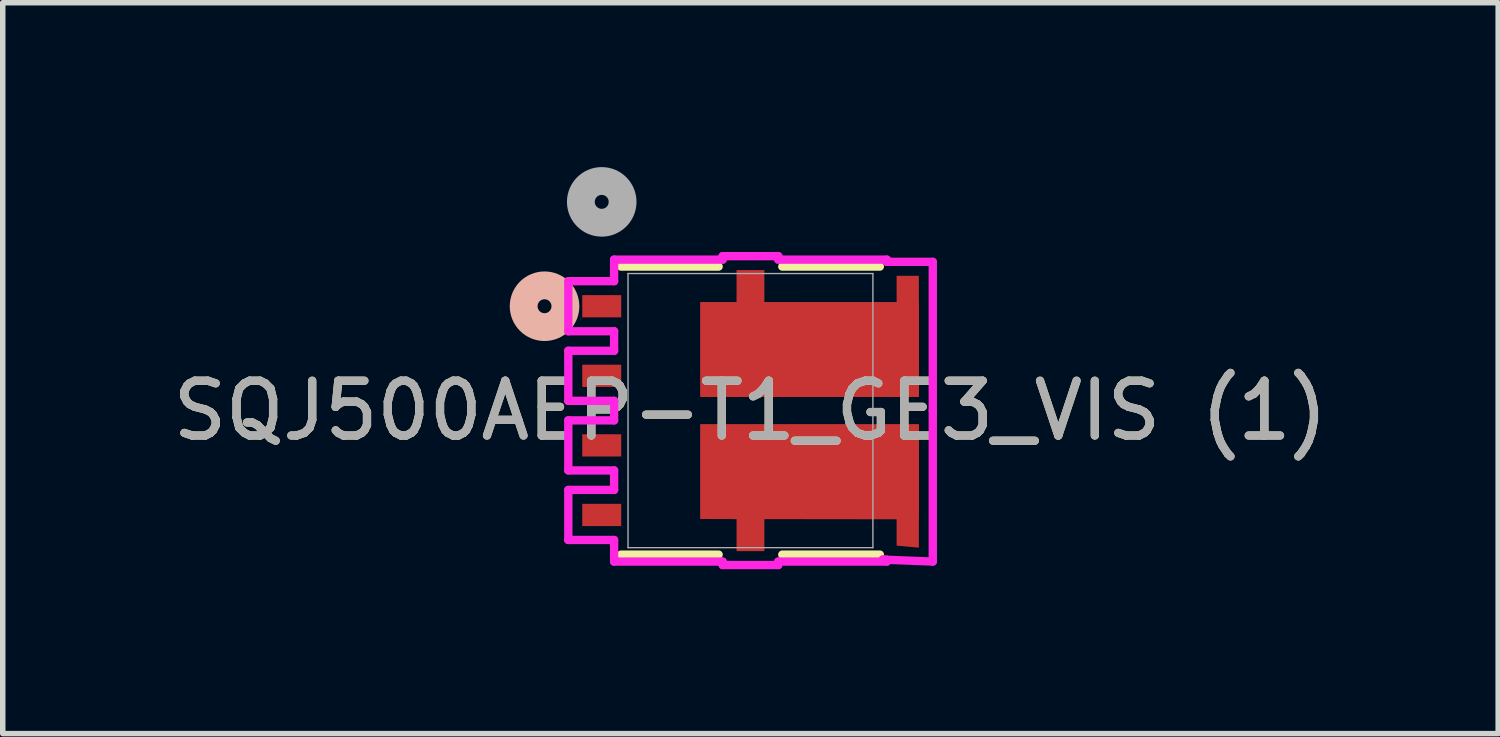
<source format=kicad_pcb>
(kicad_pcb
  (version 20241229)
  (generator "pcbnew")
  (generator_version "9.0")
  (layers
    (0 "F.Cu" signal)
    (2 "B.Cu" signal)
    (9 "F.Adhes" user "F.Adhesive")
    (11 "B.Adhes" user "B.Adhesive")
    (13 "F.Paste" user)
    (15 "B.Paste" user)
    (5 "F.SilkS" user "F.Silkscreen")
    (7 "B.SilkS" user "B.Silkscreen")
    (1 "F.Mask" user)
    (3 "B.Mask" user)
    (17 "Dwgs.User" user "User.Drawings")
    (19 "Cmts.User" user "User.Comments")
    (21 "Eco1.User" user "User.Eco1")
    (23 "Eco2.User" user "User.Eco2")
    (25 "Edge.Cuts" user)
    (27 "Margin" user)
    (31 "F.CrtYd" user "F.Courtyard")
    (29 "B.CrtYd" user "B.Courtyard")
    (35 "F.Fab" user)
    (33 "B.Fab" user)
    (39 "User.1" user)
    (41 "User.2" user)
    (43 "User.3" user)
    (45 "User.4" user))
  (footprint "SQJ500AEP-T1_GE3_VIS (1)"
    (layer "F.Cu")
    (at 10.649 4.445)
    (property "Reference" "SQJ500AEP-T1_GE3_VIS (1)" (at 0 0 0) (unlocked yes) (layer "F.SilkS") (effects (font (size 1 1) (thickness 0.15))))
    (attr smd)
    (fp_poly (pts (xy -0.914 0.251) (xy 3.074 0.251) (xy 3.074 2.502) (xy 2.668 2.466) (xy 2.668 1.984) (xy 0.254 1.981) (xy 0.254 2.565) (xy -0.254 2.565) (xy -0.254 1.981) (xy -0.914 1.979)) (stroke (width 0) (type solid)) (fill yes) (layer "F.Cu"))
    (fp_poly (pts (xy -0.254 -2.565) (xy -0.254 -1.981) (xy -0.914 -1.979) (xy -0.914 -0.251) (xy 3.074 -0.251) (xy 3.074 -2.461) (xy 2.668 -2.461) (xy 2.668 -1.979) (xy 0.254 -1.981) (xy 0.254 -2.565)) (stroke (width 0) (type solid)) (fill yes) (layer "F.Cu"))
    (fp_poly (pts (xy -0.914 0.251) (xy 3.074 0.251) (xy 3.074 2.502) (xy 2.668 2.466) (xy 2.668 1.984) (xy 0.254 1.981) (xy 0.254 2.565) (xy -0.254 2.565) (xy -0.254 1.981) (xy -0.914 1.979)) (stroke (width 0) (type solid)) (fill yes) (layer "F.Mask"))
    (fp_poly (pts (xy -0.254 -2.565) (xy -0.254 -1.981) (xy -0.914 -1.979) (xy -0.914 -0.251) (xy 3.074 -0.251) (xy 3.074 -2.461) (xy 2.668 -2.461) (xy 2.668 -1.979) (xy 0.254 -1.981) (xy 0.254 -2.565)) (stroke (width 0) (type solid)) (fill yes) (layer "F.Mask"))
    (fp_line (start -2.362 2.629) (end -0.581 2.629) (stroke (width 0.152) (type solid)) (layer "F.SilkS"))
    (fp_line (start -0.581 -2.629) (end -2.362 -2.629) (stroke (width 0.152) (type solid)) (layer "F.SilkS"))
    (fp_line (start 0.581 2.629) (end 2.362 2.629) (stroke (width 0.152) (type solid)) (layer "F.SilkS"))
    (fp_line (start 2.362 -2.629) (end 0.581 -2.629) (stroke (width 0.152) (type solid)) (layer "F.SilkS"))
    (fp_circle (center -3.759 -1.905) (end -3.378 -1.905) (stroke (width 0.508) (type solid)) (fill no) (layer "B.SilkS"))
    (fp_poly (pts (xy -0.914 0.251) (xy 3.074 0.251) (xy 3.074 2.502) (xy 2.668 2.466) (xy 2.668 1.984) (xy 0.254 1.981) (xy 0.254 2.565) (xy -0.254 2.565) (xy -0.254 1.981) (xy -0.914 1.979)) (stroke (width 0) (type solid)) (fill yes) (layer "F.Paste"))
    (fp_poly (pts (xy -0.254 -2.565) (xy -0.254 -1.981) (xy -0.914 -1.979) (xy -0.914 -0.251) (xy 3.074 -0.251) (xy 3.074 -2.461) (xy 2.668 -2.461) (xy 2.668 -1.979) (xy 0.254 -1.981) (xy 0.254 -2.565)) (stroke (width 0) (type solid)) (fill yes) (layer "F.Paste"))
    (fp_line (start -3.325 -2.362) (end -3.325 -1.448) (stroke (width 0.152) (type solid)) (layer "F.CrtYd"))
    (fp_line (start -3.325 -1.448) (end -2.489 -1.448) (stroke (width 0.152) (type solid)) (layer "F.CrtYd"))
    (fp_line (start -3.325 -1.092) (end -3.325 -0.178) (stroke (width 0.152) (type solid)) (layer "F.CrtYd"))
    (fp_line (start -3.325 -0.178) (end -2.489 -0.178) (stroke (width 0.152) (type solid)) (layer "F.CrtYd"))
    (fp_line (start -3.325 0.178) (end -3.325 1.092) (stroke (width 0.152) (type solid)) (layer "F.CrtYd"))
    (fp_line (start -3.325 1.092) (end -2.489 1.092) (stroke (width 0.152) (type solid)) (layer "F.CrtYd"))
    (fp_line (start -3.325 1.448) (end -3.325 2.362) (stroke (width 0.152) (type solid)) (layer "F.CrtYd"))
    (fp_line (start -3.325 2.362) (end -2.489 2.362) (stroke (width 0.152) (type solid)) (layer "F.CrtYd"))
    (fp_line (start -2.489 -2.756) (end -2.489 -2.362) (stroke (width 0.152) (type solid)) (layer "F.CrtYd"))
    (fp_line (start -2.489 -2.362) (end -3.325 -2.362) (stroke (width 0.152) (type solid)) (layer "F.CrtYd"))
    (fp_line (start -2.489 -1.448) (end -2.489 -1.092) (stroke (width 0.152) (type solid)) (layer "F.CrtYd"))
    (fp_line (start -2.489 -1.092) (end -3.325 -1.092) (stroke (width 0.152) (type solid)) (layer "F.CrtYd"))
    (fp_line (start -2.489 -0.178) (end -2.489 0.178) (stroke (width 0.152) (type solid)) (layer "F.CrtYd"))
    (fp_line (start -2.489 0.178) (end -3.325 0.178) (stroke (width 0.152) (type solid)) (layer "F.CrtYd"))
    (fp_line (start -2.489 1.092) (end -2.489 1.448) (stroke (width 0.152) (type solid)) (layer "F.CrtYd"))
    (fp_line (start -2.489 1.448) (end -3.325 1.448) (stroke (width 0.152) (type solid)) (layer "F.CrtYd"))
    (fp_line (start -2.489 2.362) (end -2.489 2.756) (stroke (width 0.152) (type solid)) (layer "F.CrtYd"))
    (fp_line (start -2.489 2.756) (end -0.508 2.756) (stroke (width 0.152) (type solid)) (layer "F.CrtYd"))
    (fp_line (start -0.508 -2.819) (end -0.508 -2.756) (stroke (width 0.152) (type solid)) (layer "F.CrtYd"))
    (fp_line (start -0.508 -2.756) (end -2.489 -2.756) (stroke (width 0.152) (type solid)) (layer "F.CrtYd"))
    (fp_line (start -0.508 2.756) (end -0.508 2.819) (stroke (width 0.152) (type solid)) (layer "F.CrtYd"))
    (fp_line (start -0.508 2.819) (end 0.508 2.819) (stroke (width 0.152) (type solid)) (layer "F.CrtYd"))
    (fp_line (start 0.508 -2.819) (end -0.508 -2.819) (stroke (width 0.152) (type solid)) (layer "F.CrtYd"))
    (fp_line (start 0.508 -2.756) (end 0.508 -2.819) (stroke (width 0.152) (type solid)) (layer "F.CrtYd"))
    (fp_line (start 0.508 2.756) (end 2.489 2.756) (stroke (width 0.152) (type solid)) (layer "F.CrtYd"))
    (fp_line (start 0.508 2.819) (end 0.508 2.756) (stroke (width 0.152) (type solid)) (layer "F.CrtYd"))
    (fp_line (start 2.414 2.72) (end 3.328 2.756) (stroke (width 0.152) (type solid)) (layer "F.CrtYd"))
    (fp_line (start 2.489 -2.756) (end 0.508 -2.756) (stroke (width 0.152) (type solid)) (layer "F.CrtYd"))
    (fp_line (start 2.489 -2.715) (end 2.489 -2.756) (stroke (width 0.152) (type solid)) (layer "F.CrtYd"))
    (fp_line (start 2.489 2.723) (end 2.414 2.72) (stroke (width 0.152) (type solid)) (layer "F.CrtYd"))
    (fp_line (start 2.489 2.756) (end 2.489 2.723) (stroke (width 0.152) (type solid)) (layer "F.CrtYd"))
    (fp_line (start 3.328 -2.715) (end 2.489 -2.715) (stroke (width 0.152) (type solid)) (layer "F.CrtYd"))
    (fp_line (start 3.328 0.003) (end 3.328 -2.715) (stroke (width 0.152) (type solid)) (layer "F.CrtYd"))
    (fp_line (start 3.328 2.756) (end 3.328 0.003) (stroke (width 0.152) (type solid)) (layer "F.CrtYd"))
    (fp_line (start -2.235 -2.502) (end -2.235 2.502) (stroke (width 0.025) (type solid)) (layer "F.Fab"))
    (fp_line (start -2.235 2.502) (end 2.235 2.502) (stroke (width 0.025) (type solid)) (layer "F.Fab"))
    (fp_line (start 2.235 -2.502) (end -2.235 -2.502) (stroke (width 0.025) (type solid)) (layer "F.Fab"))
    (fp_line (start 2.235 2.502) (end 2.235 -2.502) (stroke (width 0.025) (type solid)) (layer "F.Fab"))
    (fp_circle (center -2.715 -3.81) (end -2.334 -3.81) (stroke (width 0.508) (type solid)) (fill no) (layer "F.Fab"))
    (fp_text user "${REFERENCE}" (at 0 0 0) (unlocked yes) (layer "F.Fab") (effects (font (size 1 1) (thickness 0.15))))
    (pad "1" smd rect (at -2.715 -1.905) (size 0.711 0.406) (layers "F.Cu" "F.Mask" "F.Paste"))
    (pad "2" smd rect (at -2.715 -0.635) (size 0.711 0.406) (layers "F.Cu" "F.Mask" "F.Paste"))
    (pad "3" smd rect (at -2.715 0.635) (size 0.711 0.406) (layers "F.Cu" "F.Mask" "F.Paste"))
    (pad "4" smd rect (at -2.715 1.905) (size 0.711 0.406) (layers "F.Cu" "F.Mask" "F.Paste"))
    (pad "5" smd rect (at 1.08 -1.115) (size 3.988 1.727) (layers "F.Cu" "F.Mask" "F.Paste"))
    (pad "6" smd rect (at 1.08 1.115) (size 3.988 1.727) (layers "F.Cu" "F.Mask" "F.Paste")))
  (gr_rect
    (start -3 -3)
    (end 24.298 10.341)
    (stroke (width 0.1) (type default))
    (fill no)
    (layer "Edge.Cuts")))
</source>
